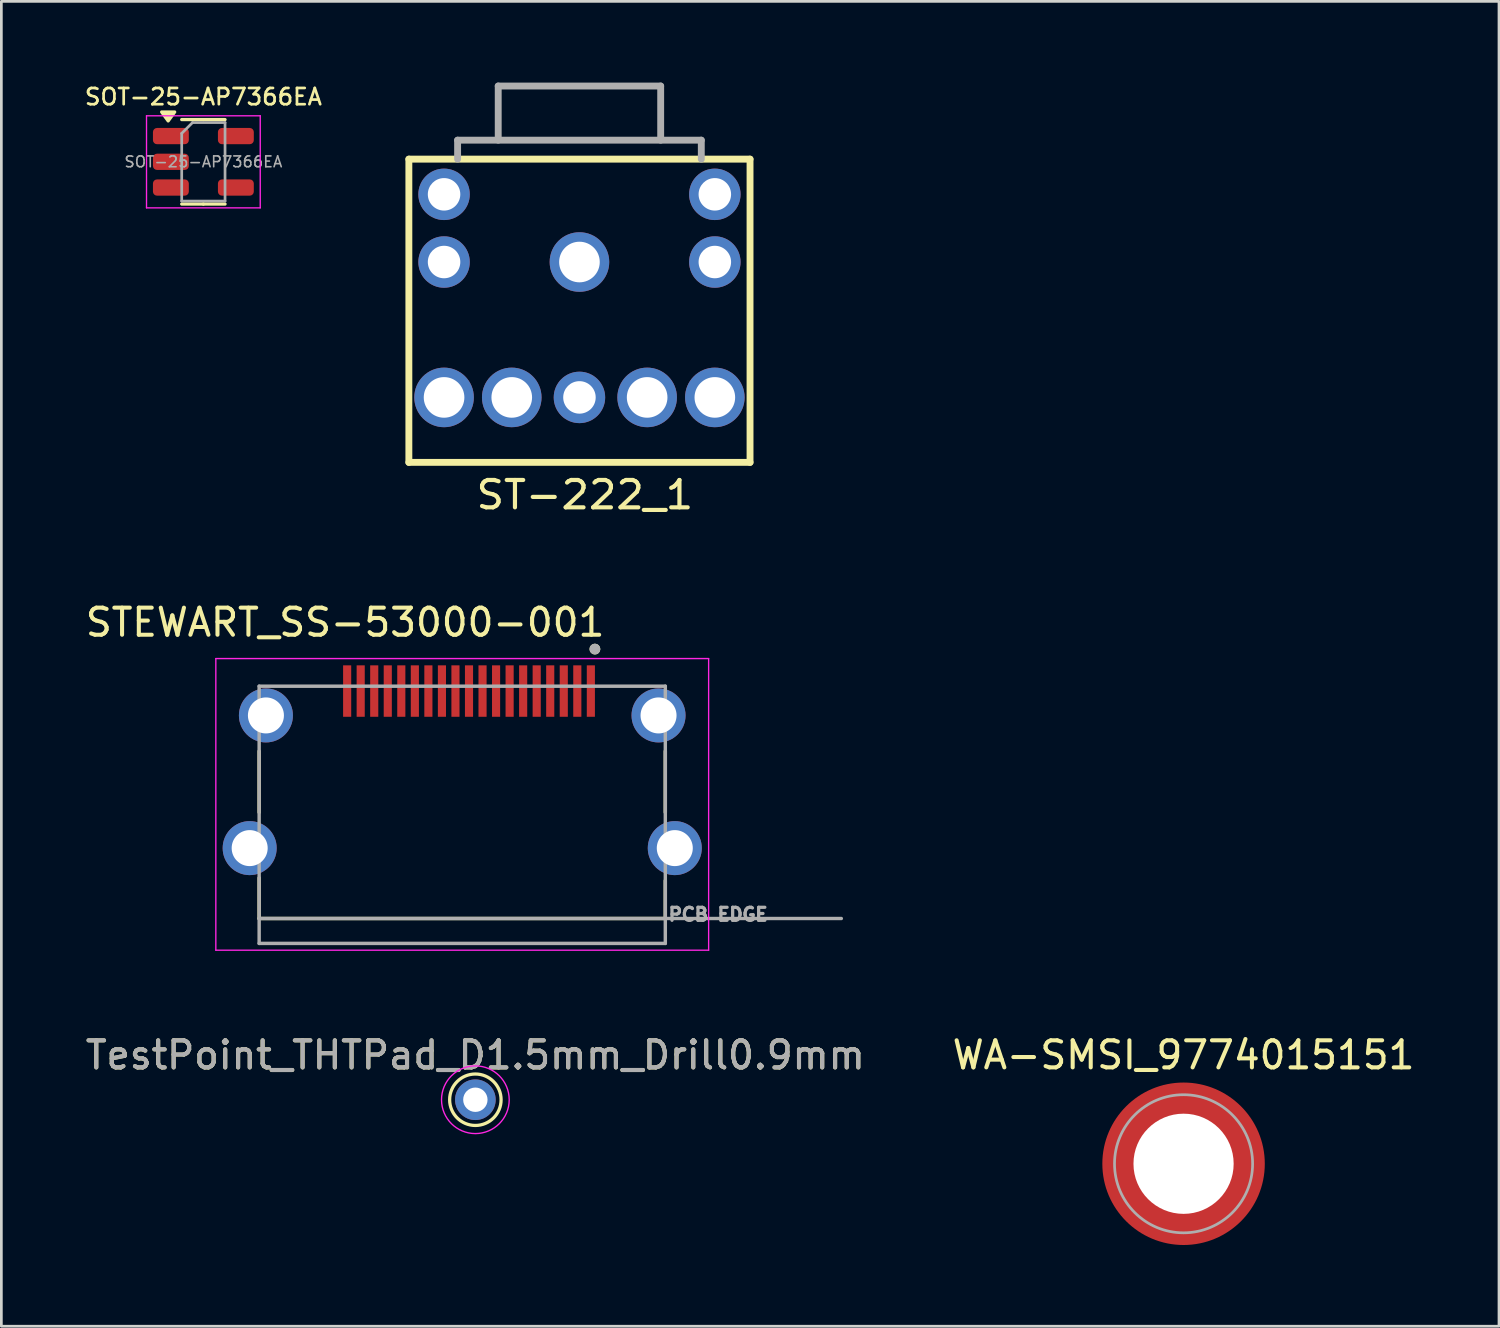
<source format=kicad_pcb>
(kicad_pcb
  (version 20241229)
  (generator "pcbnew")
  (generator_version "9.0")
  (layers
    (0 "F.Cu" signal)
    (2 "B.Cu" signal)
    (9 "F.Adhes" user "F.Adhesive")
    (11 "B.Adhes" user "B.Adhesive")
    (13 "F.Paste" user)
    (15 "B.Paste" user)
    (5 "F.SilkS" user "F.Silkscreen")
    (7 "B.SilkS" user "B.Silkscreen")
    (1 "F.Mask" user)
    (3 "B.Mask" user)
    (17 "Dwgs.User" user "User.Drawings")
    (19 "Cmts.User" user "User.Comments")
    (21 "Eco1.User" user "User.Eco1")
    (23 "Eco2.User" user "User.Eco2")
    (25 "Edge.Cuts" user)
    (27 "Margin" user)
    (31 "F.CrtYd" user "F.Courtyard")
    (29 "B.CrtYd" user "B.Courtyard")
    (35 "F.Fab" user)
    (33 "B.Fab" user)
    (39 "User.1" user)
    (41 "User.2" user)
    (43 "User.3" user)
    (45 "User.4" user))
  (footprint "WA-SMSI_9774015151"
    (layer "F.Cu")
    (at 40.661 39.93)
    (property "Reference" "WA-SMSI_9774015151" (at 0 -4.015 0) (layer "F.SilkS") (effects (font (size 1 1) (thickness 0.15))))
    (attr smd)
    (fp_poly (pts (xy -2.9 0.325) (xy -1.87 0.325) (xy -1.87 0.335) (xy -1.865 0.37) (xy -1.85 0.435) (xy -1.82 0.55) (xy -1.795 0.625) (xy -1.76 0.715) (xy -1.74 0.765) (xy -1.695 0.86) (xy -1.655 0.935) (xy -1.585 1.05) (xy -1.54 1.115) (xy -1.505 1.16) (xy -1.445 1.235) (xy -1.395 1.29) (xy -1.355 1.335) (xy -1.315 1.37) (xy -1.235 1.445) (xy -1.18 1.49) (xy -1.135 1.525) (xy -1.08 1.565) (xy -1.025 1.6) (xy -0.96 1.64) (xy -0.89 1.68) (xy -0.81 1.72) (xy -0.73 1.755) (xy -0.645 1.79) (xy -0.57 1.815) (xy -0.495 1.835) (xy -0.415 1.855) (xy -0.365 1.865) (xy -0.34 1.87) (xy -0.325 1.87) (xy -0.325 2.9) (xy -0.325 2.905) (xy -0.35 2.9) (xy -0.42 2.89) (xy -0.51 2.875) (xy -0.59 2.86) (xy -0.665 2.845) (xy -0.765 2.82) (xy -0.85 2.795) (xy -0.94 2.765) (xy -1.01 2.74) (xy -1.09 2.71) (xy -1.175 2.675) (xy -1.25 2.64) (xy -1.32 2.605) (xy -1.37 2.58) (xy -1.44 2.54) (xy -1.51 2.5) (xy -1.58 2.455) (xy -1.62 2.43) (xy -1.685 2.385) (xy -1.735 2.35) (xy -1.78 2.315) (xy -1.845 2.265) (xy -1.91 2.21) (xy -1.95 2.175) (xy -2.015 2.115) (xy -2.075 2.055) (xy -2.125 2.005) (xy -2.165 1.96) (xy -2.205 1.915) (xy -2.26 1.85) (xy -2.3 1.8) (xy -2.345 1.74) (xy -2.395 1.67) (xy -2.44 1.605) (xy -2.49 1.525) (xy -2.525 1.47) (xy -2.57 1.385) (xy -2.61 1.315) (xy -2.65 1.23) (xy -2.68 1.16) (xy -2.725 1.055) (xy -2.76 0.955) (xy -2.785 0.88) (xy -2.81 0.8) (xy -2.84 0.68) (xy -2.86 0.595) (xy -2.875 0.515) (xy -2.89 0.43) (xy -2.9 0.35)) (stroke (width 0.01) (type solid)) (fill yes) (layer "F.Paste"))
    (fp_poly (pts (xy -0.325 -2.9) (xy -0.325 -1.87) (xy -0.335 -1.87) (xy -0.37 -1.865) (xy -0.435 -1.85) (xy -0.55 -1.82) (xy -0.625 -1.795) (xy -0.715 -1.76) (xy -0.765 -1.74) (xy -0.86 -1.695) (xy -0.935 -1.655) (xy -1.05 -1.585) (xy -1.115 -1.54) (xy -1.16 -1.505) (xy -1.235 -1.445) (xy -1.29 -1.395) (xy -1.335 -1.355) (xy -1.37 -1.315) (xy -1.445 -1.235) (xy -1.49 -1.18) (xy -1.525 -1.135) (xy -1.565 -1.08) (xy -1.6 -1.025) (xy -1.64 -0.96) (xy -1.68 -0.89) (xy -1.72 -0.81) (xy -1.755 -0.73) (xy -1.79 -0.645) (xy -1.815 -0.57) (xy -1.835 -0.495) (xy -1.855 -0.415) (xy -1.865 -0.365) (xy -1.87 -0.34) (xy -1.87 -0.325) (xy -2.9 -0.325) (xy -2.905 -0.325) (xy -2.9 -0.35) (xy -2.89 -0.42) (xy -2.875 -0.51) (xy -2.86 -0.59) (xy -2.845 -0.665) (xy -2.82 -0.765) (xy -2.795 -0.85) (xy -2.765 -0.94) (xy -2.74 -1.01) (xy -2.71 -1.09) (xy -2.675 -1.175) (xy -2.64 -1.25) (xy -2.605 -1.32) (xy -2.58 -1.37) (xy -2.54 -1.44) (xy -2.5 -1.51) (xy -2.455 -1.58) (xy -2.43 -1.62) (xy -2.385 -1.685) (xy -2.35 -1.735) (xy -2.315 -1.78) (xy -2.265 -1.845) (xy -2.21 -1.91) (xy -2.175 -1.95) (xy -2.115 -2.015) (xy -2.055 -2.075) (xy -2.005 -2.125) (xy -1.96 -2.165) (xy -1.915 -2.205) (xy -1.85 -2.26) (xy -1.8 -2.3) (xy -1.74 -2.345) (xy -1.67 -2.395) (xy -1.605 -2.44) (xy -1.525 -2.49) (xy -1.47 -2.525) (xy -1.385 -2.57) (xy -1.315 -2.61) (xy -1.23 -2.65) (xy -1.16 -2.68) (xy -1.055 -2.725) (xy -0.955 -2.76) (xy -0.88 -2.785) (xy -0.8 -2.81) (xy -0.68 -2.84) (xy -0.595 -2.86) (xy -0.515 -2.875) (xy -0.43 -2.89) (xy -0.35 -2.9)) (stroke (width 0.01) (type solid)) (fill yes) (layer "F.Paste"))
    (fp_poly (pts (xy 0.325 2.9) (xy 0.325 1.87) (xy 0.335 1.87) (xy 0.37 1.865) (xy 0.435 1.85) (xy 0.55 1.82) (xy 0.625 1.795) (xy 0.715 1.76) (xy 0.765 1.74) (xy 0.86 1.695) (xy 0.935 1.655) (xy 1.05 1.585) (xy 1.115 1.54) (xy 1.16 1.505) (xy 1.235 1.445) (xy 1.29 1.395) (xy 1.335 1.355) (xy 1.37 1.315) (xy 1.445 1.235) (xy 1.49 1.18) (xy 1.525 1.135) (xy 1.565 1.08) (xy 1.6 1.025) (xy 1.64 0.96) (xy 1.68 0.89) (xy 1.72 0.81) (xy 1.755 0.73) (xy 1.79 0.645) (xy 1.815 0.57) (xy 1.835 0.495) (xy 1.855 0.415) (xy 1.865 0.365) (xy 1.87 0.34) (xy 1.87 0.325) (xy 2.9 0.325) (xy 2.905 0.325) (xy 2.9 0.35) (xy 2.89 0.42) (xy 2.875 0.51) (xy 2.86 0.59) (xy 2.845 0.665) (xy 2.82 0.765) (xy 2.795 0.85) (xy 2.765 0.94) (xy 2.74 1.01) (xy 2.71 1.09) (xy 2.675 1.175) (xy 2.64 1.25) (xy 2.605 1.32) (xy 2.58 1.37) (xy 2.54 1.44) (xy 2.5 1.51) (xy 2.455 1.58) (xy 2.43 1.62) (xy 2.385 1.685) (xy 2.35 1.735) (xy 2.315 1.78) (xy 2.265 1.845) (xy 2.21 1.91) (xy 2.175 1.95) (xy 2.115 2.015) (xy 2.055 2.075) (xy 2.005 2.125) (xy 1.96 2.165) (xy 1.915 2.205) (xy 1.85 2.26) (xy 1.8 2.3) (xy 1.74 2.345) (xy 1.67 2.395) (xy 1.605 2.44) (xy 1.525 2.49) (xy 1.47 2.525) (xy 1.385 2.57) (xy 1.315 2.61) (xy 1.23 2.65) (xy 1.16 2.68) (xy 1.055 2.725) (xy 0.955 2.76) (xy 0.88 2.785) (xy 0.8 2.81) (xy 0.68 2.84) (xy 0.595 2.86) (xy 0.515 2.875) (xy 0.43 2.89) (xy 0.35 2.9)) (stroke (width 0.01) (type solid)) (fill yes) (layer "F.Paste"))
    (fp_poly (pts (xy 2.9 -0.325) (xy 1.87 -0.325) (xy 1.87 -0.335) (xy 1.865 -0.37) (xy 1.85 -0.435) (xy 1.82 -0.55) (xy 1.795 -0.625) (xy 1.76 -0.715) (xy 1.74 -0.765) (xy 1.695 -0.86) (xy 1.655 -0.935) (xy 1.585 -1.05) (xy 1.54 -1.115) (xy 1.505 -1.16) (xy 1.445 -1.235) (xy 1.395 -1.29) (xy 1.355 -1.335) (xy 1.315 -1.37) (xy 1.235 -1.445) (xy 1.18 -1.49) (xy 1.135 -1.525) (xy 1.08 -1.565) (xy 1.025 -1.6) (xy 0.96 -1.64) (xy 0.89 -1.68) (xy 0.81 -1.72) (xy 0.73 -1.755) (xy 0.645 -1.79) (xy 0.57 -1.815) (xy 0.495 -1.835) (xy 0.415 -1.855) (xy 0.365 -1.865) (xy 0.34 -1.87) (xy 0.325 -1.87) (xy 0.325 -2.9) (xy 0.325 -2.905) (xy 0.35 -2.9) (xy 0.42 -2.89) (xy 0.51 -2.875) (xy 0.59 -2.86) (xy 0.665 -2.845) (xy 0.765 -2.82) (xy 0.85 -2.795) (xy 0.94 -2.765) (xy 1.01 -2.74) (xy 1.09 -2.71) (xy 1.175 -2.675) (xy 1.25 -2.64) (xy 1.32 -2.605) (xy 1.37 -2.58) (xy 1.44 -2.54) (xy 1.51 -2.5) (xy 1.58 -2.455) (xy 1.62 -2.43) (xy 1.685 -2.385) (xy 1.735 -2.35) (xy 1.78 -2.315) (xy 1.845 -2.265) (xy 1.91 -2.21) (xy 1.95 -2.175) (xy 2.015 -2.115) (xy 2.075 -2.055) (xy 2.125 -2.005) (xy 2.165 -1.96) (xy 2.205 -1.915) (xy 2.26 -1.85) (xy 2.3 -1.8) (xy 2.345 -1.74) (xy 2.395 -1.67) (xy 2.44 -1.605) (xy 2.49 -1.525) (xy 2.525 -1.47) (xy 2.57 -1.385) (xy 2.61 -1.315) (xy 2.65 -1.23) (xy 2.68 -1.16) (xy 2.725 -1.055) (xy 2.76 -0.955) (xy 2.785 -0.88) (xy 2.81 -0.8) (xy 2.84 -0.68) (xy 2.86 -0.595) (xy 2.875 -0.515) (xy 2.89 -0.43) (xy 2.9 -0.35)) (stroke (width 0.01) (type solid)) (fill yes) (layer "F.Paste"))
    (fp_circle (center 0 0) (end 2.55 0) (stroke (width 0.1) (type solid)) (fill no) (layer "F.Fab"))
    (pad "" np_thru_hole circle (at 0 0) (size 3.7 3.7) (drill 3.7) (layers "*.Cu" "*.Mask"))
    (pad "1" smd circle (at 0 0) (size 6 6) (layers "F.Cu" "F.Mask")))
  (footprint "TestPoint_THTPad_D1.5mm_Drill0.9mm"
    (layer "F.Cu")
    (at 14.506 37.565)
    (property "Reference" "TestPoint_THTPad_D1.5mm_Drill0.9mm" (at 0 -1.648 0) (layer "F.SilkS") (effects (font (size 1 1) (thickness 0.15))))
    (attr exclude_from_pos_files exclude_from_bom)
    (fp_circle (center 0 0) (end 0 0.95) (stroke (width 0.12) (type solid)) (fill no) (layer "F.SilkS"))
    (fp_circle (center 0 0) (end 1.25 0) (stroke (width 0.05) (type solid)) (fill no) (layer "F.CrtYd"))
    (fp_text user "${REFERENCE}" (at 0 -1.65 0) (layer "F.Fab") (effects (font (size 1 1) (thickness 0.15))))
    (pad "1" thru_hole circle (at 0 0) (size 1.5 1.5) (drill 0.9) (layers "*.Cu" "*.Mask")))
  (footprint "STEWART_SS-53000-001"
    (layer "F.Cu")
    (at 14.021 22.472)
    (property "Reference" "STEWART_SS-53000-001" (at -4.325 -2.535 0) (layer "F.SilkS") (effects (font (size 1 1) (thickness 0.15))))
    (attr smd)
    (fp_line (start -7.5 2.22) (end -7.5 4.48) (stroke (width 0.127) (type solid)) (layer "F.SilkS"))
    (fp_line (start -7.5 6.9) (end -7.5 8.4) (stroke (width 0.127) (type solid)) (layer "F.SilkS"))
    (fp_line (start -7.5 8.4) (end 7.5 8.4) (stroke (width 0.127) (type solid)) (layer "F.SilkS"))
    (fp_line (start 7.5 2.22) (end 7.5 4.48) (stroke (width 0.127) (type solid)) (layer "F.SilkS"))
    (fp_line (start 7.5 8.4) (end 7.5 7) (stroke (width 0.127) (type solid)) (layer "F.SilkS"))
    (fp_circle (center 4.9 -1.55) (end 5 -1.55) (stroke (width 0.2) (type solid)) (fill no) (layer "F.SilkS"))
    (fp_line (start -9.1 -1.2) (end 9.1 -1.2) (stroke (width 0.05) (type solid)) (layer "F.CrtYd"))
    (fp_line (start -9.1 9.57) (end -9.1 -1.2) (stroke (width 0.05) (type solid)) (layer "F.CrtYd"))
    (fp_line (start 9.1 -1.2) (end 9.1 9.57) (stroke (width 0.05) (type solid)) (layer "F.CrtYd"))
    (fp_line (start 9.1 9.57) (end -9.1 9.57) (stroke (width 0.05) (type solid)) (layer "F.CrtYd"))
    (fp_line (start -7.5 -0.18) (end 7.5 -0.18) (stroke (width 0.127) (type solid)) (layer "F.Fab"))
    (fp_line (start -7.5 8.4) (end -7.5 -0.18) (stroke (width 0.127) (type solid)) (layer "F.Fab"))
    (fp_line (start -7.5 8.4) (end 14 8.4) (stroke (width 0.127) (type solid)) (layer "F.Fab"))
    (fp_line (start -7.5 9.32) (end -7.5 8.4) (stroke (width 0.127) (type solid)) (layer "F.Fab"))
    (fp_line (start 7.5 -0.18) (end 7.5 9.32) (stroke (width 0.127) (type solid)) (layer "F.Fab"))
    (fp_line (start 7.5 9.32) (end -7.5 9.32) (stroke (width 0.127) (type solid)) (layer "F.Fab"))
    (fp_circle (center 4.9 -1.55) (end 5 -1.55) (stroke (width 0.2) (type solid)) (fill no) (layer "F.Fab"))
    (fp_text user "PCB EDGE" (at 9.45 8.25 0) (layer "F.Fab") (effects (font (size 0.48 0.48) (thickness 0.15))))
    (pad "1" smd rect (at 4.75 0) (size 0.3 1.9) (layers "F.Cu" "F.Mask" "F.Paste"))
    (pad "2" smd rect (at 4.25 0) (size 0.3 1.9) (layers "F.Cu" "F.Mask" "F.Paste"))
    (pad "3" smd rect (at 3.75 0) (size 0.3 1.9) (layers "F.Cu" "F.Mask" "F.Paste"))
    (pad "4" smd rect (at 3.25 0) (size 0.3 1.9) (layers "F.Cu" "F.Mask" "F.Paste"))
    (pad "5" smd rect (at 2.75 0) (size 0.3 1.9) (layers "F.Cu" "F.Mask" "F.Paste"))
    (pad "6" smd rect (at 2.25 0) (size 0.3 1.9) (layers "F.Cu" "F.Mask" "F.Paste"))
    (pad "7" smd rect (at 1.75 0) (size 0.3 1.9) (layers "F.Cu" "F.Mask" "F.Paste"))
    (pad "8" smd rect (at 1.25 0) (size 0.3 1.9) (layers "F.Cu" "F.Mask" "F.Paste"))
    (pad "9" smd rect (at 0.75 0) (size 0.3 1.9) (layers "F.Cu" "F.Mask" "F.Paste"))
    (pad "10" smd rect (at 0.25 0) (size 0.3 1.9) (layers "F.Cu" "F.Mask" "F.Paste"))
    (pad "11" smd rect (at -0.25 0) (size 0.3 1.9) (layers "F.Cu" "F.Mask" "F.Paste"))
    (pad "12" smd rect (at -0.75 0) (size 0.3 1.9) (layers "F.Cu" "F.Mask" "F.Paste"))
    (pad "13" smd rect (at -1.25 0) (size 0.3 1.9) (layers "F.Cu" "F.Mask" "F.Paste"))
    (pad "14" smd rect (at -1.75 0) (size 0.3 1.9) (layers "F.Cu" "F.Mask" "F.Paste"))
    (pad "15" smd rect (at -2.25 0) (size 0.3 1.9) (layers "F.Cu" "F.Mask" "F.Paste"))
    (pad "16" smd rect (at -2.75 0) (size 0.3 1.9) (layers "F.Cu" "F.Mask" "F.Paste"))
    (pad "17" smd rect (at -3.25 0) (size 0.3 1.9) (layers "F.Cu" "F.Mask" "F.Paste"))
    (pad "18" smd rect (at -3.75 0) (size 0.3 1.9) (layers "F.Cu" "F.Mask" "F.Paste"))
    (pad "19" smd rect (at -4.25 0) (size 0.3 1.9) (layers "F.Cu" "F.Mask" "F.Paste"))
    (pad "S1" thru_hole circle (at 7.25 0.9) (size 1.995 1.995) (drill 1.33) (layers "*.Cu" "*.Mask"))
    (pad "S2" thru_hole circle (at -7.25 0.9) (size 1.995 1.995) (drill 1.33) (layers "*.Cu" "*.Mask"))
    (pad "S3" thru_hole circle (at -7.85 5.8) (size 1.995 1.995) (drill 1.33) (layers "*.Cu" "*.Mask"))
    (pad "S4" thru_hole circle (at 7.85 5.8) (size 1.995 1.995) (drill 1.33) (layers "*.Cu" "*.Mask")))
  (footprint "SOT-25-AP7366EA"
    (layer "F.Cu")
    (at 4.461 2.926)
    (property "Reference" "SOT-25-AP7366EA" (at 0 -2.4 0) (layer "F.SilkS") (effects (font (size 0.6 0.6) (thickness 0.1) (bold yes))))
    (attr smd)
    (fp_line (start 0 -1.56) (end -0.8 -1.56) (stroke (width 0.12) (type solid)) (layer "F.SilkS"))
    (fp_line (start 0 -1.56) (end 0.8 -1.56) (stroke (width 0.12) (type solid)) (layer "F.SilkS"))
    (fp_line (start 0 1.56) (end -0.8 1.56) (stroke (width 0.12) (type solid)) (layer "F.SilkS"))
    (fp_line (start 0 1.56) (end 0.8 1.56) (stroke (width 0.12) (type solid)) (layer "F.SilkS"))
    (fp_poly (pts (xy -1.3 -1.51) (xy -1.54 -1.84) (xy -1.06 -1.84) (xy -1.3 -1.51)) (stroke (width 0.12) (type solid)) (fill yes) (layer "F.SilkS"))
    (fp_line (start -2.1 -1.7) (end -2.1 1.7) (stroke (width 0.05) (type solid)) (layer "F.CrtYd"))
    (fp_line (start -2.1 1.7) (end 2.1 1.7) (stroke (width 0.05) (type solid)) (layer "F.CrtYd"))
    (fp_line (start 2.1 -1.7) (end -2.1 -1.7) (stroke (width 0.05) (type solid)) (layer "F.CrtYd"))
    (fp_line (start 2.1 1.7) (end 2.1 -1.7) (stroke (width 0.05) (type solid)) (layer "F.CrtYd"))
    (fp_line (start -0.8 -1.05) (end -0.4 -1.45) (stroke (width 0.1) (type solid)) (layer "F.Fab"))
    (fp_line (start -0.8 1.45) (end -0.8 -1.05) (stroke (width 0.1) (type solid)) (layer "F.Fab"))
    (fp_line (start -0.4 -1.45) (end 0.8 -1.45) (stroke (width 0.1) (type solid)) (layer "F.Fab"))
    (fp_line (start 0.8 -1.45) (end 0.8 1.45) (stroke (width 0.1) (type solid)) (layer "F.Fab"))
    (fp_line (start 0.8 1.45) (end -0.8 1.45) (stroke (width 0.1) (type solid)) (layer "F.Fab"))
    (fp_text user "${REFERENCE}" (at 0 0 0) (layer "F.Fab") (effects (font (size 0.4 0.4) (thickness 0.06))))
    (pad "1" smd roundrect (at -1.2 -0.95) (size 1.325 0.6) (layers "F.Cu" "F.Mask" "F.Paste") (roundrect_rratio 0.25))
    (pad "2" smd roundrect (at -1.2 0) (size 1.325 0.6) (layers "F.Cu" "F.Mask" "F.Paste") (roundrect_rratio 0.25))
    (pad "3" smd roundrect (at -1.2 0.95) (size 1.325 0.6) (layers "F.Cu" "F.Mask" "F.Paste") (roundrect_rratio 0.25))
    (pad "4" smd roundrect (at 1.2 0.95) (size 1.325 0.6) (layers "F.Cu" "F.Mask" "F.Paste") (roundrect_rratio 0.25))
    (pad "5" smd roundrect (at 1.2 -0.95) (size 1.325 0.6) (layers "F.Cu" "F.Mask" "F.Paste") (roundrect_rratio 0.25)))
  (footprint "ST-222_1"
    (layer "F.Cu")
    (at 18.35 6.627)
    (property "Reference" "ST-222_1" (at 0.2 8.6 0) (unlocked yes) (layer "F.SilkS") (effects (font (size 1.01 1.063) (thickness 0.154))))
    (fp_line (start -6.3 -3.8) (end -6.3 7.4) (stroke (width 0.254) (type solid)) (layer "F.SilkS"))
    (fp_line (start -6.3 -3.8) (end 6.3 -3.8) (stroke (width 0.254) (type solid)) (layer "F.SilkS"))
    (fp_line (start 6.3 -3.8) (end 6.3 7.4) (stroke (width 0.254) (type solid)) (layer "F.SilkS"))
    (fp_line (start 6.3 7.4) (end -6.3 7.4) (stroke (width 0.254) (type solid)) (layer "F.SilkS"))
    (fp_line (start -4.5 -4.5) (end -4.5 -3.8) (stroke (width 0.254) (type solid)) (layer "F.Fab"))
    (fp_line (start -4.5 -4.5) (end 4.5 -4.5) (stroke (width 0.254) (type solid)) (layer "F.Fab"))
    (fp_line (start -3 -6.5) (end -3 -4.5) (stroke (width 0.254) (type solid)) (layer "F.Fab"))
    (fp_line (start -3 -6.5) (end 3 -6.5) (stroke (width 0.254) (type solid)) (layer "F.Fab"))
    (fp_line (start 3 -6.5) (end 3 -4.5) (stroke (width 0.254) (type solid)) (layer "F.Fab"))
    (fp_line (start 4.5 -4.5) (end 4.5 -3.8) (stroke (width 0.254) (type solid)) (layer "F.Fab"))
    (pad "1" thru_hole circle (at 0 0 180) (size 2.2 2.2) (drill 1.5) (layers "*.Cu" "*.Mask"))
    (pad "2" thru_hole circle (at -5 5 180) (size 2.2 2.2) (drill 1.5) (layers "*.Cu" "*.Mask"))
    (pad "3" thru_hole circle (at -2.5 5 180) (size 2.2 2.2) (drill 1.5) (layers "*.Cu" "*.Mask"))
    (pad "4" thru_hole circle (at 2.5 5 180) (size 2.2 2.2) (drill 1.5) (layers "*.Cu" "*.Mask"))
    (pad "5" thru_hole circle (at 5 5 180) (size 2.2 2.2) (drill 1.5) (layers "*.Cu" "*.Mask"))
    (pad "M" thru_hole circle (at -5 -2.5 180) (size 1.9 1.9) (drill 1.2) (layers "*.Cu" "*.Mask"))
    (pad "M" thru_hole circle (at -5 0 180) (size 1.9 1.9) (drill 1.2) (layers "*.Cu" "*.Mask"))
    (pad "M" thru_hole circle (at 0 5 180) (size 1.9 1.9) (drill 1.2) (layers "*.Cu" "*.Mask"))
    (pad "M" thru_hole circle (at 5 -2.5 180) (size 1.9 1.9) (drill 1.2) (layers "*.Cu" "*.Mask"))
    (pad "M" thru_hole circle (at 5 0 180) (size 1.9 1.9) (drill 1.2) (layers "*.Cu" "*.Mask")))
  (gr_rect
    (start -3 -3)
    (end 52.31 45.93)
    (stroke (width 0.1) (type default))
    (fill no)
    (layer "Edge.Cuts")))
</source>
